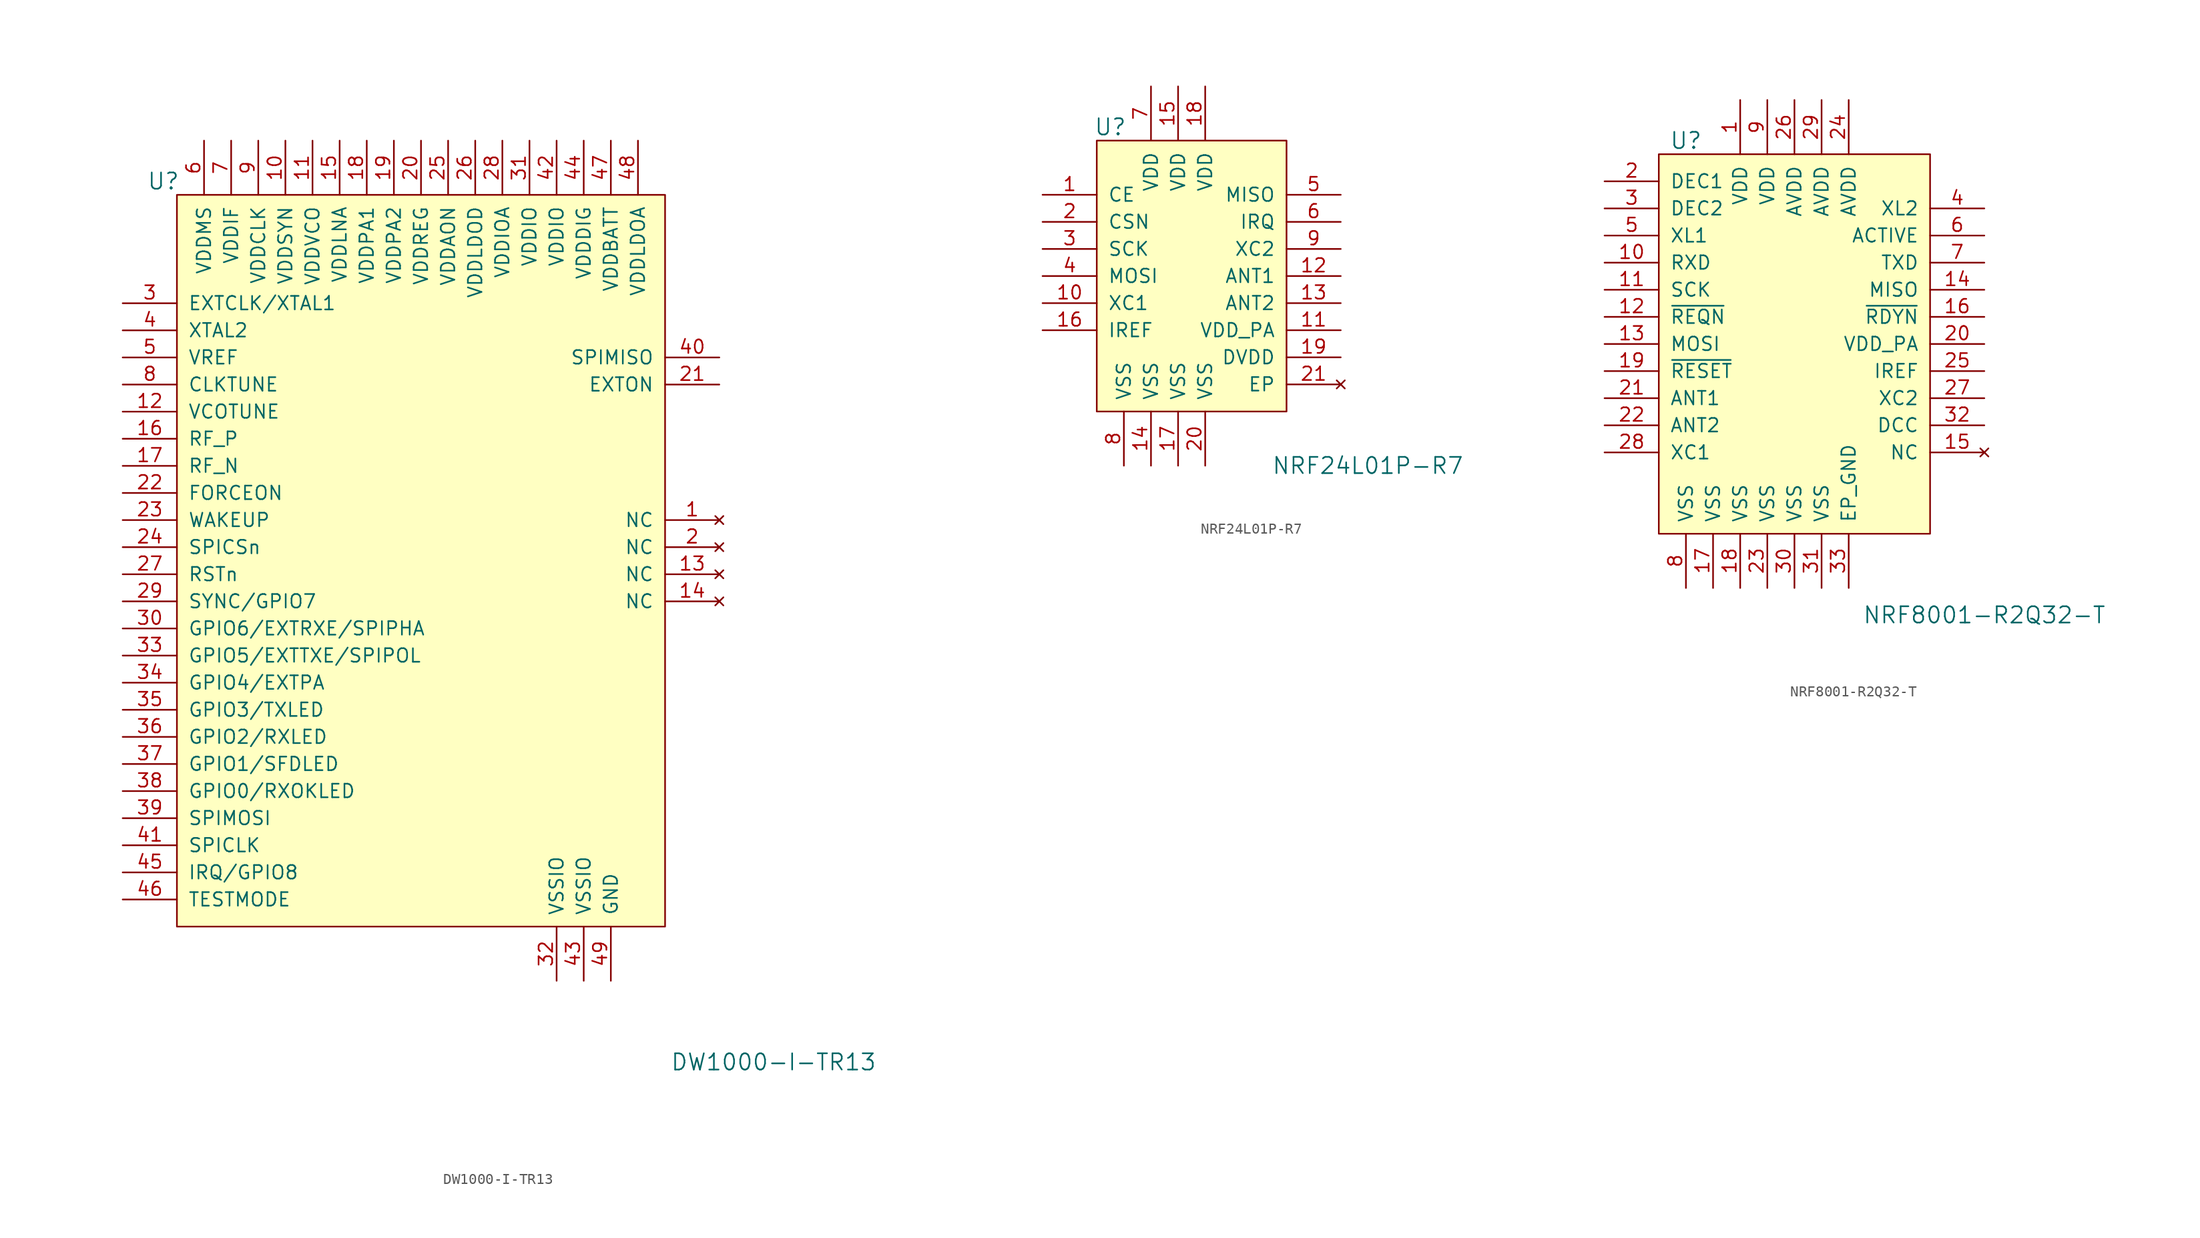
<source format=kicad_sym>
(kicad_symbol_lib
  (version 20211014)
  (generator kicad_symbol_editor)
  (symbol "DW1000-I-TR13"
    (pin_names
      (offset 1.016))
    (property "Reference" "U"
      (at -24.13 36.83 0)
      (effects (font (size 1.524 1.524))))
    (property "Value" "DW1000-I-TR13"
      (at 33.02 -45.72 0)
      (effects (font (size 1.524 1.524))))
    (symbol "DW1000-I-TR13_0_1"
      (rectangle (start -22.86 35.56) (end 22.86 -33.02) (stroke (width 0) (type default) (color 0 0 0 0)) (fill (type background))))
    (symbol "DW1000-I-TR13_1_1"
      (pin no_connect line (at 27.94 5.08 180) (length 5.08) (name "NC" (effects (font (size 1.27 1.27)))) (number "1" (effects (font (size 1.27 1.27)))))
      (pin power_in line (at -12.7 40.64 270) (length 5.08) (name "VDDSYN" (effects (font (size 1.27 1.27)))) (number "10" (effects (font (size 1.27 1.27)))))
      (pin power_in line (at -10.16 40.64 270) (length 5.08) (name "VDDVCO" (effects (font (size 1.27 1.27)))) (number "11" (effects (font (size 1.27 1.27)))))
      (pin bidirectional line (at -27.94 15.24 0) (length 5.08) (name "VCOTUNE" (effects (font (size 1.27 1.27)))) (number "12" (effects (font (size 1.27 1.27)))))
      (pin no_connect line (at 27.94 0 180) (length 5.08) (name "NC" (effects (font (size 1.27 1.27)))) (number "13" (effects (font (size 1.27 1.27)))))
      (pin no_connect line (at 27.94 -2.54 180) (length 5.08) (name "NC" (effects (font (size 1.27 1.27)))) (number "14" (effects (font (size 1.27 1.27)))))
      (pin power_in line (at -7.62 40.64 270) (length 5.08) (name "VDDLNA" (effects (font (size 1.27 1.27)))) (number "15" (effects (font (size 1.27 1.27)))))
      (pin bidirectional line (at -27.94 12.7 0) (length 5.08) (name "RF_P" (effects (font (size 1.27 1.27)))) (number "16" (effects (font (size 1.27 1.27)))))
      (pin bidirectional line (at -27.94 10.16 0) (length 5.08) (name "RF_N" (effects (font (size 1.27 1.27)))) (number "17" (effects (font (size 1.27 1.27)))))
      (pin power_in line (at -5.08 40.64 270) (length 5.08) (name "VDDPA1" (effects (font (size 1.27 1.27)))) (number "18" (effects (font (size 1.27 1.27)))))
      (pin power_in line (at -2.54 40.64 270) (length 5.08) (name "VDDPA2" (effects (font (size 1.27 1.27)))) (number "19" (effects (font (size 1.27 1.27)))))
      (pin no_connect line (at 27.94 2.54 180) (length 5.08) (name "NC" (effects (font (size 1.27 1.27)))) (number "2" (effects (font (size 1.27 1.27)))))
      (pin power_in line (at 0 40.64 270) (length 5.08) (name "VDDREG" (effects (font (size 1.27 1.27)))) (number "20" (effects (font (size 1.27 1.27)))))
      (pin output line (at 27.94 17.78 180) (length 5.08) (name "EXTON" (effects (font (size 1.27 1.27)))) (number "21" (effects (font (size 1.27 1.27)))))
      (pin input line (at -27.94 7.62 0) (length 5.08) (name "FORCEON" (effects (font (size 1.27 1.27)))) (number "22" (effects (font (size 1.27 1.27)))))
      (pin input line (at -27.94 5.08 0) (length 5.08) (name "WAKEUP" (effects (font (size 1.27 1.27)))) (number "23" (effects (font (size 1.27 1.27)))))
      (pin input line (at -27.94 2.54 0) (length 5.08) (name "SPICSn" (effects (font (size 1.27 1.27)))) (number "24" (effects (font (size 1.27 1.27)))))
      (pin power_in line (at 2.54 40.64 270) (length 5.08) (name "VDDAON" (effects (font (size 1.27 1.27)))) (number "25" (effects (font (size 1.27 1.27)))))
      (pin power_in line (at 5.08 40.64 270) (length 5.08) (name "VDDLDOD" (effects (font (size 1.27 1.27)))) (number "26" (effects (font (size 1.27 1.27)))))
      (pin bidirectional line (at -27.94 0 0) (length 5.08) (name "RSTn" (effects (font (size 1.27 1.27)))) (number "27" (effects (font (size 1.27 1.27)))))
      (pin power_in line (at 7.62 40.64 270) (length 5.08) (name "VDDIOA" (effects (font (size 1.27 1.27)))) (number "28" (effects (font (size 1.27 1.27)))))
      (pin bidirectional line (at -27.94 -2.54 0) (length 5.08) (name "SYNC/GPIO7" (effects (font (size 1.27 1.27)))) (number "29" (effects (font (size 1.27 1.27)))))
      (pin input line (at -27.94 25.4 0) (length 5.08) (name "EXTCLK/XTAL1" (effects (font (size 1.27 1.27)))) (number "3" (effects (font (size 1.27 1.27)))))
      (pin bidirectional line (at -27.94 -5.08 0) (length 5.08) (name "GPIO6/EXTRXE/SPIPHA" (effects (font (size 1.27 1.27)))) (number "30" (effects (font (size 1.27 1.27)))))
      (pin power_in line (at 10.16 40.64 270) (length 5.08) (name "VDDIO" (effects (font (size 1.27 1.27)))) (number "31" (effects (font (size 1.27 1.27)))))
      (pin power_in line (at 12.7 -38.1 90) (length 5.08) (name "VSSIO" (effects (font (size 1.27 1.27)))) (number "32" (effects (font (size 1.27 1.27)))))
      (pin bidirectional line (at -27.94 -7.62 0) (length 5.08) (name "GPIO5/EXTTXE/SPIPOL" (effects (font (size 1.27 1.27)))) (number "33" (effects (font (size 1.27 1.27)))))
      (pin bidirectional line (at -27.94 -10.16 0) (length 5.08) (name "GPIO4/EXTPA" (effects (font (size 1.27 1.27)))) (number "34" (effects (font (size 1.27 1.27)))))
      (pin bidirectional line (at -27.94 -12.7 0) (length 5.08) (name "GPIO3/TXLED" (effects (font (size 1.27 1.27)))) (number "35" (effects (font (size 1.27 1.27)))))
      (pin bidirectional line (at -27.94 -15.24 0) (length 5.08) (name "GPIO2/RXLED" (effects (font (size 1.27 1.27)))) (number "36" (effects (font (size 1.27 1.27)))))
      (pin bidirectional line (at -27.94 -17.78 0) (length 5.08) (name "GPIO1/SFDLED" (effects (font (size 1.27 1.27)))) (number "37" (effects (font (size 1.27 1.27)))))
      (pin bidirectional line (at -27.94 -20.32 0) (length 5.08) (name "GPIO0/RXOKLED" (effects (font (size 1.27 1.27)))) (number "38" (effects (font (size 1.27 1.27)))))
      (pin input line (at -27.94 -22.86 0) (length 5.08) (name "SPIMOSI" (effects (font (size 1.27 1.27)))) (number "39" (effects (font (size 1.27 1.27)))))
      (pin input line (at -27.94 22.86 0) (length 5.08) (name "XTAL2" (effects (font (size 1.27 1.27)))) (number "4" (effects (font (size 1.27 1.27)))))
      (pin output line (at 27.94 20.32 180) (length 5.08) (name "SPIMISO" (effects (font (size 1.27 1.27)))) (number "40" (effects (font (size 1.27 1.27)))))
      (pin input line (at -27.94 -25.4 0) (length 5.08) (name "SPICLK" (effects (font (size 1.27 1.27)))) (number "41" (effects (font (size 1.27 1.27)))))
      (pin power_in line (at 12.7 40.64 270) (length 5.08) (name "VDDIO" (effects (font (size 1.27 1.27)))) (number "42" (effects (font (size 1.27 1.27)))))
      (pin power_in line (at 15.24 -38.1 90) (length 5.08) (name "VSSIO" (effects (font (size 1.27 1.27)))) (number "43" (effects (font (size 1.27 1.27)))))
      (pin power_in line (at 15.24 40.64 270) (length 5.08) (name "VDDDIG" (effects (font (size 1.27 1.27)))) (number "44" (effects (font (size 1.27 1.27)))))
      (pin bidirectional line (at -27.94 -27.94 0) (length 5.08) (name "IRQ/GPIO8" (effects (font (size 1.27 1.27)))) (number "45" (effects (font (size 1.27 1.27)))))
      (pin input line (at -27.94 -30.48 0) (length 5.08) (name "TESTMODE" (effects (font (size 1.27 1.27)))) (number "46" (effects (font (size 1.27 1.27)))))
      (pin power_in line (at 17.78 40.64 270) (length 5.08) (name "VDDBATT" (effects (font (size 1.27 1.27)))) (number "47" (effects (font (size 1.27 1.27)))))
      (pin power_in line (at 20.32 40.64 270) (length 5.08) (name "VDDLDOA" (effects (font (size 1.27 1.27)))) (number "48" (effects (font (size 1.27 1.27)))))
      (pin power_in line (at 17.78 -38.1 90) (length 5.08) (name "GND" (effects (font (size 1.27 1.27)))) (number "49" (effects (font (size 1.27 1.27)))))
      (pin bidirectional line (at -27.94 20.32 0) (length 5.08) (name "VREF" (effects (font (size 1.27 1.27)))) (number "5" (effects (font (size 1.27 1.27)))))
      (pin power_in line (at -20.32 40.64 270) (length 5.08) (name "VDDMS" (effects (font (size 1.27 1.27)))) (number "6" (effects (font (size 1.27 1.27)))))
      (pin power_in line (at -17.78 40.64 270) (length 5.08) (name "VDDIF" (effects (font (size 1.27 1.27)))) (number "7" (effects (font (size 1.27 1.27)))))
      (pin bidirectional line (at -27.94 17.78 0) (length 5.08) (name "CLKTUNE" (effects (font (size 1.27 1.27)))) (number "8" (effects (font (size 1.27 1.27)))))
      (pin power_in line (at -15.24 40.64 270) (length 5.08) (name "VDDCLK" (effects (font (size 1.27 1.27)))) (number "9" (effects (font (size 1.27 1.27)))))))
  (symbol "NRF24L01P-R7"
    (pin_names
      (offset 1.016))
    (property "Reference" "U"
      (at -8.89 11.43 0)
      (effects (font (size 1.524 1.524))))
    (property "Value" "NRF24L01P-R7"
      (at 15.24 -20.32 0)
      (effects (font (size 1.524 1.524))))
    (symbol "NRF24L01P-R7_0_1"
      (rectangle (start -10.16 10.16) (end 7.62 -15.24) (stroke (width 0) (type default) (color 0 0 0 0)) (fill (type background))))
    (symbol "NRF24L01P-R7_1_1"
      (pin input line (at -15.24 5.08 0) (length 5.08) (name "CE" (effects (font (size 1.27 1.27)))) (number "1" (effects (font (size 1.27 1.27)))))
      (pin input line (at -15.24 -5.08 0) (length 5.08) (name "XC1" (effects (font (size 1.27 1.27)))) (number "10" (effects (font (size 1.27 1.27)))))
      (pin power_out line (at 12.7 -7.62 180) (length 5.08) (name "VDD_PA" (effects (font (size 1.27 1.27)))) (number "11" (effects (font (size 1.27 1.27)))))
      (pin output line (at 12.7 -2.54 180) (length 5.08) (name "ANT1" (effects (font (size 1.27 1.27)))) (number "12" (effects (font (size 1.27 1.27)))))
      (pin output line (at 12.7 -5.08 180) (length 5.08) (name "ANT2" (effects (font (size 1.27 1.27)))) (number "13" (effects (font (size 1.27 1.27)))))
      (pin power_in line (at -5.08 -20.32 90) (length 5.08) (name "VSS" (effects (font (size 1.27 1.27)))) (number "14" (effects (font (size 1.27 1.27)))))
      (pin power_in line (at -2.54 15.24 270) (length 5.08) (name "VDD" (effects (font (size 1.27 1.27)))) (number "15" (effects (font (size 1.27 1.27)))))
      (pin input line (at -15.24 -7.62 0) (length 5.08) (name "IREF" (effects (font (size 1.27 1.27)))) (number "16" (effects (font (size 1.27 1.27)))))
      (pin power_in line (at -2.54 -20.32 90) (length 5.08) (name "VSS" (effects (font (size 1.27 1.27)))) (number "17" (effects (font (size 1.27 1.27)))))
      (pin power_in line (at 0 15.24 270) (length 5.08) (name "VDD" (effects (font (size 1.27 1.27)))) (number "18" (effects (font (size 1.27 1.27)))))
      (pin power_out line (at 12.7 -10.16 180) (length 5.08) (name "DVDD" (effects (font (size 1.27 1.27)))) (number "19" (effects (font (size 1.27 1.27)))))
      (pin input line (at -15.24 2.54 0) (length 5.08) (name "CSN" (effects (font (size 1.27 1.27)))) (number "2" (effects (font (size 1.27 1.27)))))
      (pin power_in line (at 0 -20.32 90) (length 5.08) (name "VSS" (effects (font (size 1.27 1.27)))) (number "20" (effects (font (size 1.27 1.27)))))
      (pin no_connect line (at 12.7 -12.7 180) (length 5.08) (name "EP" (effects (font (size 1.27 1.27)))) (number "21" (effects (font (size 1.27 1.27)))))
      (pin input line (at -15.24 0 0) (length 5.08) (name "SCK" (effects (font (size 1.27 1.27)))) (number "3" (effects (font (size 1.27 1.27)))))
      (pin input line (at -15.24 -2.54 0) (length 5.08) (name "MOSI" (effects (font (size 1.27 1.27)))) (number "4" (effects (font (size 1.27 1.27)))))
      (pin output line (at 12.7 5.08 180) (length 5.08) (name "MISO" (effects (font (size 1.27 1.27)))) (number "5" (effects (font (size 1.27 1.27)))))
      (pin output line (at 12.7 2.54 180) (length 5.08) (name "IRQ" (effects (font (size 1.27 1.27)))) (number "6" (effects (font (size 1.27 1.27)))))
      (pin power_in line (at -5.08 15.24 270) (length 5.08) (name "VDD" (effects (font (size 1.27 1.27)))) (number "7" (effects (font (size 1.27 1.27)))))
      (pin power_in line (at -7.62 -20.32 90) (length 5.08) (name "VSS" (effects (font (size 1.27 1.27)))) (number "8" (effects (font (size 1.27 1.27)))))
      (pin output line (at 12.7 0 180) (length 5.08) (name "XC2" (effects (font (size 1.27 1.27)))) (number "9" (effects (font (size 1.27 1.27)))))))
  (symbol "NRF8001-R2Q32-T"
    (pin_names
      (offset 1.016))
    (property "Reference" "U"
      (at -10.16 16.51 0)
      (effects (font (size 1.524 1.524))))
    (property "Value" "NRF8001-R2Q32-T"
      (at 17.78 -27.94 0)
      (effects (font (size 1.524 1.524))))
    (symbol "NRF8001-R2Q32-T_0_1"
      (rectangle (start -12.7 15.24) (end 12.7 -20.32) (stroke (width 0) (type default) (color 0 0 0 0)) (fill (type background))))
    (symbol "NRF8001-R2Q32-T_1_1"
      (pin power_in line (at -5.08 20.32 270) (length 5.08) (name "VDD" (effects (font (size 1.27 1.27)))) (number "1" (effects (font (size 1.27 1.27)))))
      (pin input line (at -17.78 5.08 0) (length 5.08) (name "RXD" (effects (font (size 1.27 1.27)))) (number "10" (effects (font (size 1.27 1.27)))))
      (pin input line (at -17.78 2.54 0) (length 5.08) (name "SCK" (effects (font (size 1.27 1.27)))) (number "11" (effects (font (size 1.27 1.27)))))
      (pin input line (at -17.78 0 0) (length 5.08) (name "~{REQN}" (effects (font (size 1.27 1.27)))) (number "12" (effects (font (size 1.27 1.27)))))
      (pin input line (at -17.78 -2.54 0) (length 5.08) (name "MOSI" (effects (font (size 1.27 1.27)))) (number "13" (effects (font (size 1.27 1.27)))))
      (pin output line (at 17.78 2.54 180) (length 5.08) (name "MISO" (effects (font (size 1.27 1.27)))) (number "14" (effects (font (size 1.27 1.27)))))
      (pin no_connect line (at 17.78 -12.7 180) (length 5.08) (name "NC" (effects (font (size 1.27 1.27)))) (number "15" (effects (font (size 1.27 1.27)))))
      (pin output line (at 17.78 0 180) (length 5.08) (name "~{RDYN}" (effects (font (size 1.27 1.27)))) (number "16" (effects (font (size 1.27 1.27)))))
      (pin power_in line (at -7.62 -25.4 90) (length 5.08) (name "VSS" (effects (font (size 1.27 1.27)))) (number "17" (effects (font (size 1.27 1.27)))))
      (pin power_in line (at -5.08 -25.4 90) (length 5.08) (name "VSS" (effects (font (size 1.27 1.27)))) (number "18" (effects (font (size 1.27 1.27)))))
      (pin input line (at -17.78 -5.08 0) (length 5.08) (name "~{RESET}" (effects (font (size 1.27 1.27)))) (number "19" (effects (font (size 1.27 1.27)))))
      (pin unspecified line (at -17.78 12.7 0) (length 5.08) (name "DEC1" (effects (font (size 1.27 1.27)))) (number "2" (effects (font (size 1.27 1.27)))))
      (pin power_out line (at 17.78 -2.54 180) (length 5.08) (name "VDD_PA" (effects (font (size 1.27 1.27)))) (number "20" (effects (font (size 1.27 1.27)))))
      (pin input line (at -17.78 -7.62 0) (length 5.08) (name "ANT1" (effects (font (size 1.27 1.27)))) (number "21" (effects (font (size 1.27 1.27)))))
      (pin input line (at -17.78 -10.16 0) (length 5.08) (name "ANT2" (effects (font (size 1.27 1.27)))) (number "22" (effects (font (size 1.27 1.27)))))
      (pin power_in line (at -2.54 -25.4 90) (length 5.08) (name "VSS" (effects (font (size 1.27 1.27)))) (number "23" (effects (font (size 1.27 1.27)))))
      (pin power_in line (at 5.08 20.32 270) (length 5.08) (name "AVDD" (effects (font (size 1.27 1.27)))) (number "24" (effects (font (size 1.27 1.27)))))
      (pin output line (at 17.78 -5.08 180) (length 5.08) (name "IREF" (effects (font (size 1.27 1.27)))) (number "25" (effects (font (size 1.27 1.27)))))
      (pin power_in line (at 0 20.32 270) (length 5.08) (name "AVDD" (effects (font (size 1.27 1.27)))) (number "26" (effects (font (size 1.27 1.27)))))
      (pin output line (at 17.78 -7.62 180) (length 5.08) (name "XC2" (effects (font (size 1.27 1.27)))) (number "27" (effects (font (size 1.27 1.27)))))
      (pin input line (at -17.78 -12.7 0) (length 5.08) (name "XC1" (effects (font (size 1.27 1.27)))) (number "28" (effects (font (size 1.27 1.27)))))
      (pin power_in line (at 2.54 20.32 270) (length 5.08) (name "AVDD" (effects (font (size 1.27 1.27)))) (number "29" (effects (font (size 1.27 1.27)))))
      (pin unspecified line (at -17.78 10.16 0) (length 5.08) (name "DEC2" (effects (font (size 1.27 1.27)))) (number "3" (effects (font (size 1.27 1.27)))))
      (pin power_in line (at 0 -25.4 90) (length 5.08) (name "VSS" (effects (font (size 1.27 1.27)))) (number "30" (effects (font (size 1.27 1.27)))))
      (pin power_in line (at 2.54 -25.4 90) (length 5.08) (name "VSS" (effects (font (size 1.27 1.27)))) (number "31" (effects (font (size 1.27 1.27)))))
      (pin output line (at 17.78 -10.16 180) (length 5.08) (name "DCC" (effects (font (size 1.27 1.27)))) (number "32" (effects (font (size 1.27 1.27)))))
      (pin power_in line (at 5.08 -25.4 90) (length 5.08) (name "EP_GND" (effects (font (size 1.27 1.27)))) (number "33" (effects (font (size 1.27 1.27)))))
      (pin output line (at 17.78 10.16 180) (length 5.08) (name "XL2" (effects (font (size 1.27 1.27)))) (number "4" (effects (font (size 1.27 1.27)))))
      (pin input line (at -17.78 7.62 0) (length 5.08) (name "XL1" (effects (font (size 1.27 1.27)))) (number "5" (effects (font (size 1.27 1.27)))))
      (pin output line (at 17.78 7.62 180) (length 5.08) (name "ACTIVE" (effects (font (size 1.27 1.27)))) (number "6" (effects (font (size 1.27 1.27)))))
      (pin output line (at 17.78 5.08 180) (length 5.08) (name "TXD" (effects (font (size 1.27 1.27)))) (number "7" (effects (font (size 1.27 1.27)))))
      (pin power_in line (at -10.16 -25.4 90) (length 5.08) (name "VSS" (effects (font (size 1.27 1.27)))) (number "8" (effects (font (size 1.27 1.27)))))
      (pin power_in line (at -2.54 20.32 270) (length 5.08) (name "VDD" (effects (font (size 1.27 1.27)))) (number "9" (effects (font (size 1.27 1.27))))))))
</source>
